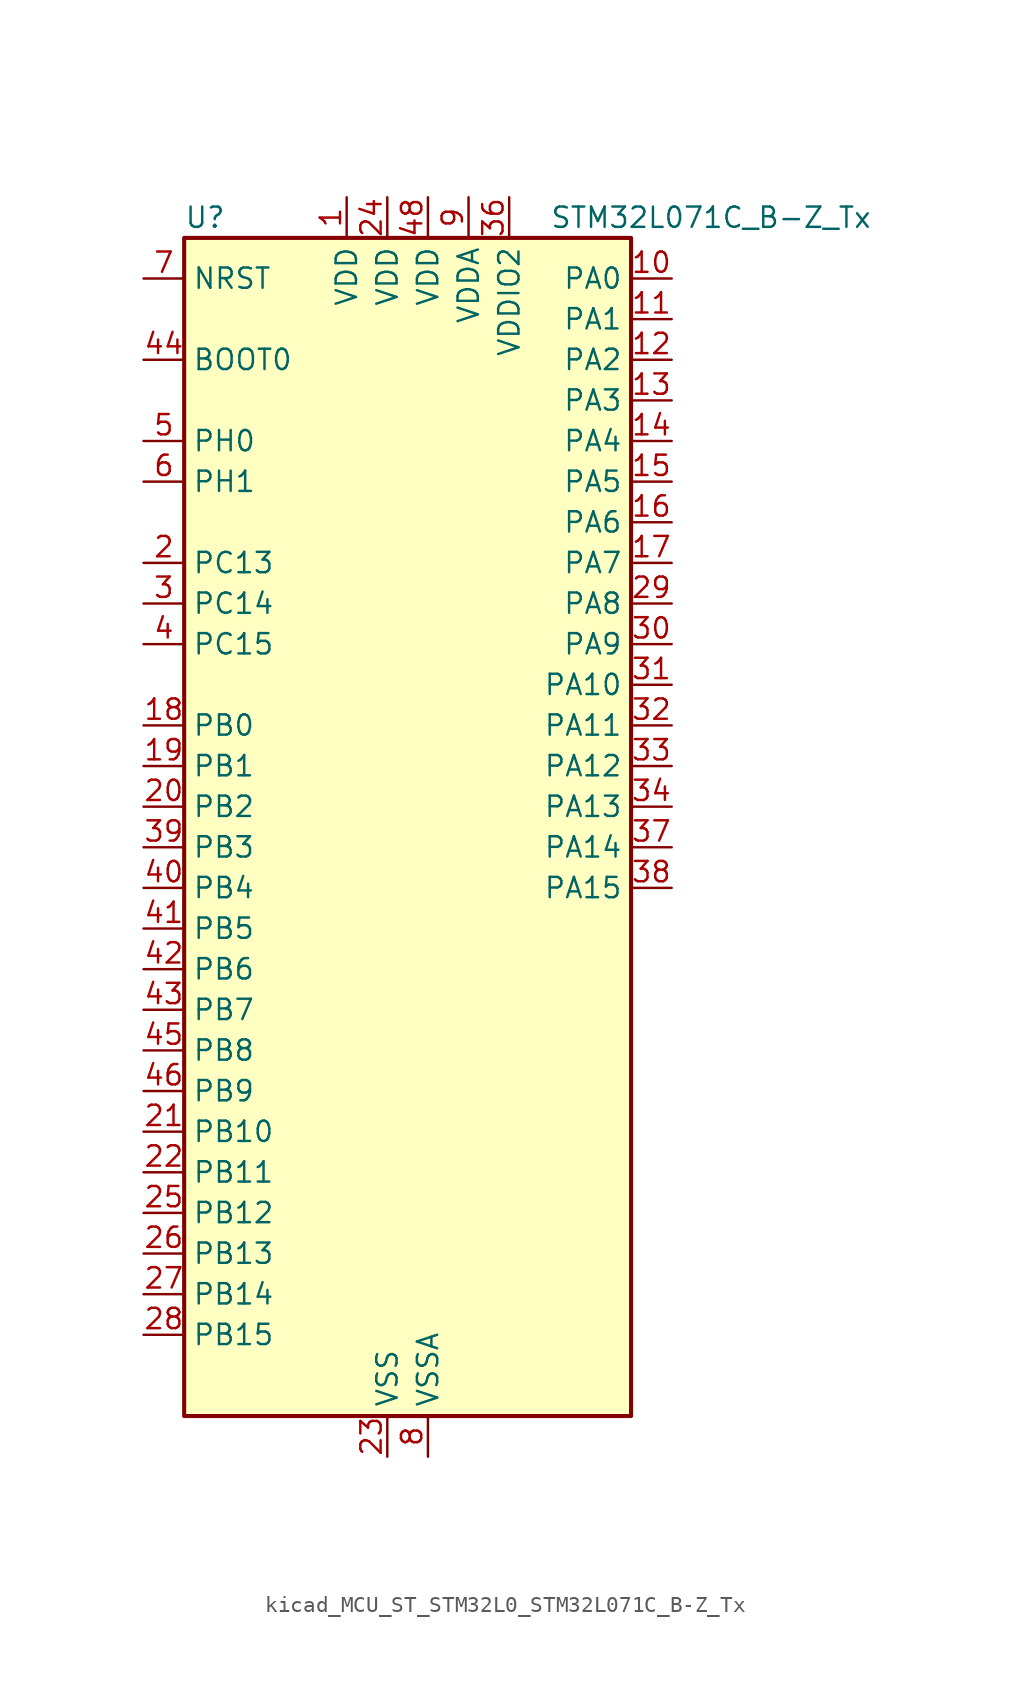
<source format=kicad_sym>
(kicad_symbol_lib
  (version 20220914)
  (generator kicad_symbol_editor)
  (symbol "kicad_MCU_ST_STM32L0_STM32L071C_B-Z_Tx"
    (property "Reference" "U"
      (at -12.7 39.37 0)
      (effects (font (size 1.27 1.27)) (justify left)))
    (property "Value" "STM32L071C_B-Z_Tx"
      (at 10.16 39.37 0)
      (effects (font (size 1.27 1.27)) (justify left)))
    (property "ki_locked" ""
      (at 0 0 0)
      (effects (font (size 1.27 1.27))))
    (symbol "kicad_MCU_ST_STM32L0_STM32L071C_B-Z_Tx_0_1"
      (rectangle (start -12.7 -35.56) (end 15.24 38.1) (stroke (width 0.254) (type default)) (fill (type background))))
    (symbol "kicad_MCU_ST_STM32L0_STM32L071C_B-Z_Tx_1_1"
      (pin power_in line (at -2.54 40.64 270) (length 2.54) (name "VDD" (effects (font (size 1.27 1.27)))) (number "1" (effects (font (size 1.27 1.27)))))
      (pin bidirectional line (at 17.78 35.56 180) (length 2.54) (name "PA0" (effects (font (size 1.27 1.27)))) (number "10" (effects (font (size 1.27 1.27)))) (alternate "ADC_IN0" bidirectional line) (alternate "COMP1_INM" bidirectional line) (alternate "COMP1_OUT" bidirectional line) (alternate "RTC_TAMP2" bidirectional line) (alternate "SYS_WKUP1" bidirectional line) (alternate "TIM2_CH1" bidirectional line) (alternate "TIM2_ETR" bidirectional line) (alternate "USART2_CTS" bidirectional line) (alternate "USART4_TX" bidirectional line))
      (pin bidirectional line (at 17.78 33.02 180) (length 2.54) (name "PA1" (effects (font (size 1.27 1.27)))) (number "11" (effects (font (size 1.27 1.27)))) (alternate "ADC_IN1" bidirectional line) (alternate "COMP1_INP" bidirectional line) (alternate "TIM21_ETR" bidirectional line) (alternate "TIM2_CH2" bidirectional line) (alternate "USART2_DE" bidirectional line) (alternate "USART2_RTS" bidirectional line) (alternate "USART4_RX" bidirectional line))
      (pin bidirectional line (at 17.78 30.48 180) (length 2.54) (name "PA2" (effects (font (size 1.27 1.27)))) (number "12" (effects (font (size 1.27 1.27)))) (alternate "ADC_IN2" bidirectional line) (alternate "COMP2_INM" bidirectional line) (alternate "COMP2_OUT" bidirectional line) (alternate "LPUART1_TX" bidirectional line) (alternate "TIM21_CH1" bidirectional line) (alternate "TIM2_CH3" bidirectional line) (alternate "USART2_TX" bidirectional line))
      (pin bidirectional line (at 17.78 27.94 180) (length 2.54) (name "PA3" (effects (font (size 1.27 1.27)))) (number "13" (effects (font (size 1.27 1.27)))) (alternate "ADC_IN3" bidirectional line) (alternate "COMP2_INP" bidirectional line) (alternate "LPUART1_RX" bidirectional line) (alternate "TIM21_CH2" bidirectional line) (alternate "TIM2_CH4" bidirectional line) (alternate "USART2_RX" bidirectional line))
      (pin bidirectional line (at 17.78 25.4 180) (length 2.54) (name "PA4" (effects (font (size 1.27 1.27)))) (number "14" (effects (font (size 1.27 1.27)))) (alternate "ADC_IN4" bidirectional line) (alternate "COMP1_INM" bidirectional line) (alternate "COMP2_INM" bidirectional line) (alternate "SPI1_NSS" bidirectional line) (alternate "TIM22_ETR" bidirectional line) (alternate "USART2_CK" bidirectional line))
      (pin bidirectional line (at 17.78 22.86 180) (length 2.54) (name "PA5" (effects (font (size 1.27 1.27)))) (number "15" (effects (font (size 1.27 1.27)))) (alternate "ADC_IN5" bidirectional line) (alternate "COMP1_INM" bidirectional line) (alternate "COMP2_INM" bidirectional line) (alternate "SPI1_SCK" bidirectional line) (alternate "TIM2_CH1" bidirectional line) (alternate "TIM2_ETR" bidirectional line))
      (pin bidirectional line (at 17.78 20.32 180) (length 2.54) (name "PA6" (effects (font (size 1.27 1.27)))) (number "16" (effects (font (size 1.27 1.27)))) (alternate "ADC_IN6" bidirectional line) (alternate "COMP1_OUT" bidirectional line) (alternate "LPUART1_CTS" bidirectional line) (alternate "SPI1_MISO" bidirectional line) (alternate "TIM22_CH1" bidirectional line) (alternate "TIM3_CH1" bidirectional line))
      (pin bidirectional line (at 17.78 17.78 180) (length 2.54) (name "PA7" (effects (font (size 1.27 1.27)))) (number "17" (effects (font (size 1.27 1.27)))) (alternate "ADC_IN7" bidirectional line) (alternate "COMP2_OUT" bidirectional line) (alternate "SPI1_MOSI" bidirectional line) (alternate "TIM22_CH2" bidirectional line) (alternate "TIM3_CH2" bidirectional line))
      (pin bidirectional line (at -15.24 7.62 0) (length 2.54) (name "PB0" (effects (font (size 1.27 1.27)))) (number "18" (effects (font (size 1.27 1.27)))) (alternate "ADC_IN8" bidirectional line) (alternate "SYS_VREF_OUT_PB0" bidirectional line) (alternate "TIM3_CH3" bidirectional line))
      (pin bidirectional line (at -15.24 5.08 0) (length 2.54) (name "PB1" (effects (font (size 1.27 1.27)))) (number "19" (effects (font (size 1.27 1.27)))) (alternate "ADC_IN9" bidirectional line) (alternate "LPUART1_DE" bidirectional line) (alternate "LPUART1_RTS" bidirectional line) (alternate "SYS_VREF_OUT_PB1" bidirectional line) (alternate "TIM3_CH4" bidirectional line))
      (pin bidirectional line (at -15.24 17.78 0) (length 2.54) (name "PC13" (effects (font (size 1.27 1.27)))) (number "2" (effects (font (size 1.27 1.27)))) (alternate "RTC_OUT_ALARM" bidirectional line) (alternate "RTC_OUT_CALIB" bidirectional line) (alternate "RTC_TAMP1" bidirectional line) (alternate "RTC_TS" bidirectional line) (alternate "SYS_WKUP2" bidirectional line))
      (pin bidirectional line (at -15.24 2.54 0) (length 2.54) (name "PB2" (effects (font (size 1.27 1.27)))) (number "20" (effects (font (size 1.27 1.27)))) (alternate "I2C3_SMBA" bidirectional line) (alternate "LPTIM1_OUT" bidirectional line))
      (pin bidirectional line (at -15.24 -17.78 0) (length 2.54) (name "PB10" (effects (font (size 1.27 1.27)))) (number "21" (effects (font (size 1.27 1.27)))) (alternate "I2C2_SCL" bidirectional line) (alternate "LPUART1_RX" bidirectional line) (alternate "LPUART1_TX" bidirectional line) (alternate "SPI2_SCK" bidirectional line) (alternate "TIM2_CH3" bidirectional line))
      (pin bidirectional line (at -15.24 -20.32 0) (length 2.54) (name "PB11" (effects (font (size 1.27 1.27)))) (number "22" (effects (font (size 1.27 1.27)))) (alternate "ADC_EXTI11" bidirectional line) (alternate "I2C2_SDA" bidirectional line) (alternate "LPUART1_RX" bidirectional line) (alternate "LPUART1_TX" bidirectional line) (alternate "TIM2_CH4" bidirectional line))
      (pin power_in line (at 0 -38.1 90) (length 2.54) (name "VSS" (effects (font (size 1.27 1.27)))) (number "23" (effects (font (size 1.27 1.27)))))
      (pin power_in line (at 0 40.64 270) (length 2.54) (name "VDD" (effects (font (size 1.27 1.27)))) (number "24" (effects (font (size 1.27 1.27)))))
      (pin bidirectional line (at -15.24 -22.86 0) (length 2.54) (name "PB12" (effects (font (size 1.27 1.27)))) (number "25" (effects (font (size 1.27 1.27)))) (alternate "I2S2_WS" bidirectional line) (alternate "LPUART1_DE" bidirectional line) (alternate "LPUART1_RTS" bidirectional line) (alternate "SPI2_NSS" bidirectional line))
      (pin bidirectional line (at -15.24 -25.4 0) (length 2.54) (name "PB13" (effects (font (size 1.27 1.27)))) (number "26" (effects (font (size 1.27 1.27)))) (alternate "I2C2_SCL" bidirectional line) (alternate "I2S2_CK" bidirectional line) (alternate "LPUART1_CTS" bidirectional line) (alternate "RCC_MCO" bidirectional line) (alternate "SPI2_SCK" bidirectional line) (alternate "TIM21_CH1" bidirectional line))
      (pin bidirectional line (at -15.24 -27.94 0) (length 2.54) (name "PB14" (effects (font (size 1.27 1.27)))) (number "27" (effects (font (size 1.27 1.27)))) (alternate "I2C2_SDA" bidirectional line) (alternate "I2S2_MCK" bidirectional line) (alternate "LPUART1_DE" bidirectional line) (alternate "LPUART1_RTS" bidirectional line) (alternate "RTC_OUT_ALARM" bidirectional line) (alternate "RTC_OUT_CALIB" bidirectional line) (alternate "SPI2_MISO" bidirectional line) (alternate "TIM21_CH2" bidirectional line))
      (pin bidirectional line (at -15.24 -30.48 0) (length 2.54) (name "PB15" (effects (font (size 1.27 1.27)))) (number "28" (effects (font (size 1.27 1.27)))) (alternate "I2S2_SD" bidirectional line) (alternate "RTC_REFIN" bidirectional line) (alternate "SPI2_MOSI" bidirectional line))
      (pin bidirectional line (at 17.78 15.24 180) (length 2.54) (name "PA8" (effects (font (size 1.27 1.27)))) (number "29" (effects (font (size 1.27 1.27)))) (alternate "I2C3_SCL" bidirectional line) (alternate "RCC_MCO" bidirectional line) (alternate "USART1_CK" bidirectional line))
      (pin bidirectional line (at -15.24 15.24 0) (length 2.54) (name "PC14" (effects (font (size 1.27 1.27)))) (number "3" (effects (font (size 1.27 1.27)))) (alternate "RCC_OSC32_IN" bidirectional line))
      (pin bidirectional line (at 17.78 12.7 180) (length 2.54) (name "PA9" (effects (font (size 1.27 1.27)))) (number "30" (effects (font (size 1.27 1.27)))) (alternate "I2C1_SCL" bidirectional line) (alternate "I2C3_SMBA" bidirectional line) (alternate "RCC_MCO" bidirectional line) (alternate "USART1_TX" bidirectional line))
      (pin bidirectional line (at 17.78 10.16 180) (length 2.54) (name "PA10" (effects (font (size 1.27 1.27)))) (number "31" (effects (font (size 1.27 1.27)))) (alternate "I2C1_SDA" bidirectional line) (alternate "USART1_RX" bidirectional line))
      (pin bidirectional line (at 17.78 7.62 180) (length 2.54) (name "PA11" (effects (font (size 1.27 1.27)))) (number "32" (effects (font (size 1.27 1.27)))) (alternate "ADC_EXTI11" bidirectional line) (alternate "COMP1_OUT" bidirectional line) (alternate "SPI1_MISO" bidirectional line) (alternate "USART1_CTS" bidirectional line))
      (pin bidirectional line (at 17.78 5.08 180) (length 2.54) (name "PA12" (effects (font (size 1.27 1.27)))) (number "33" (effects (font (size 1.27 1.27)))) (alternate "COMP2_OUT" bidirectional line) (alternate "SPI1_MOSI" bidirectional line) (alternate "USART1_DE" bidirectional line) (alternate "USART1_RTS" bidirectional line))
      (pin bidirectional line (at 17.78 2.54 180) (length 2.54) (name "PA13" (effects (font (size 1.27 1.27)))) (number "34" (effects (font (size 1.27 1.27)))) (alternate "LPUART1_RX" bidirectional line) (alternate "SYS_SWDIO" bidirectional line))
      (pin passive line (at 0 -38.1 90) (length 2.54) hide (name "VSS" (effects (font (size 1.27 1.27)))) (number "35" (effects (font (size 1.27 1.27)))))
      (pin power_in line (at 7.62 40.64 270) (length 2.54) (name "VDDIO2" (effects (font (size 1.27 1.27)))) (number "36" (effects (font (size 1.27 1.27)))))
      (pin bidirectional line (at 17.78 0 180) (length 2.54) (name "PA14" (effects (font (size 1.27 1.27)))) (number "37" (effects (font (size 1.27 1.27)))) (alternate "LPUART1_TX" bidirectional line) (alternate "SYS_SWCLK" bidirectional line) (alternate "USART2_TX" bidirectional line))
      (pin bidirectional line (at 17.78 -2.54 180) (length 2.54) (name "PA15" (effects (font (size 1.27 1.27)))) (number "38" (effects (font (size 1.27 1.27)))) (alternate "SPI1_NSS" bidirectional line) (alternate "TIM2_CH1" bidirectional line) (alternate "TIM2_ETR" bidirectional line) (alternate "USART2_RX" bidirectional line) (alternate "USART4_DE" bidirectional line) (alternate "USART4_RTS" bidirectional line))
      (pin bidirectional line (at -15.24 0 0) (length 2.54) (name "PB3" (effects (font (size 1.27 1.27)))) (number "39" (effects (font (size 1.27 1.27)))) (alternate "COMP2_INM" bidirectional line) (alternate "SPI1_SCK" bidirectional line) (alternate "TIM2_CH2" bidirectional line) (alternate "USART1_DE" bidirectional line) (alternate "USART1_RTS" bidirectional line) (alternate "USART5_TX" bidirectional line))
      (pin bidirectional line (at -15.24 12.7 0) (length 2.54) (name "PC15" (effects (font (size 1.27 1.27)))) (number "4" (effects (font (size 1.27 1.27)))) (alternate "RCC_OSC32_OUT" bidirectional line))
      (pin bidirectional line (at -15.24 -2.54 0) (length 2.54) (name "PB4" (effects (font (size 1.27 1.27)))) (number "40" (effects (font (size 1.27 1.27)))) (alternate "COMP2_INP" bidirectional line) (alternate "I2C3_SDA" bidirectional line) (alternate "SPI1_MISO" bidirectional line) (alternate "TIM22_CH1" bidirectional line) (alternate "TIM3_CH1" bidirectional line) (alternate "USART1_CTS" bidirectional line) (alternate "USART5_RX" bidirectional line))
      (pin bidirectional line (at -15.24 -5.08 0) (length 2.54) (name "PB5" (effects (font (size 1.27 1.27)))) (number "41" (effects (font (size 1.27 1.27)))) (alternate "COMP2_INP" bidirectional line) (alternate "I2C1_SMBA" bidirectional line) (alternate "LPTIM1_IN1" bidirectional line) (alternate "SPI1_MOSI" bidirectional line) (alternate "TIM22_CH2" bidirectional line) (alternate "TIM3_CH2" bidirectional line) (alternate "USART1_CK" bidirectional line) (alternate "USART5_CK" bidirectional line) (alternate "USART5_DE" bidirectional line) (alternate "USART5_RTS" bidirectional line))
      (pin bidirectional line (at -15.24 -7.62 0) (length 2.54) (name "PB6" (effects (font (size 1.27 1.27)))) (number "42" (effects (font (size 1.27 1.27)))) (alternate "COMP2_INP" bidirectional line) (alternate "I2C1_SCL" bidirectional line) (alternate "LPTIM1_ETR" bidirectional line) (alternate "USART1_TX" bidirectional line))
      (pin bidirectional line (at -15.24 -10.16 0) (length 2.54) (name "PB7" (effects (font (size 1.27 1.27)))) (number "43" (effects (font (size 1.27 1.27)))) (alternate "COMP2_INP" bidirectional line) (alternate "I2C1_SDA" bidirectional line) (alternate "LPTIM1_IN2" bidirectional line) (alternate "SYS_PVD_IN" bidirectional line) (alternate "USART1_RX" bidirectional line) (alternate "USART4_CTS" bidirectional line))
      (pin input line (at -15.24 30.48 0) (length 2.54) (name "BOOT0" (effects (font (size 1.27 1.27)))) (number "44" (effects (font (size 1.27 1.27)))))
      (pin bidirectional line (at -15.24 -12.7 0) (length 2.54) (name "PB8" (effects (font (size 1.27 1.27)))) (number "45" (effects (font (size 1.27 1.27)))) (alternate "I2C1_SCL" bidirectional line))
      (pin bidirectional line (at -15.24 -15.24 0) (length 2.54) (name "PB9" (effects (font (size 1.27 1.27)))) (number "46" (effects (font (size 1.27 1.27)))) (alternate "I2C1_SDA" bidirectional line) (alternate "I2S2_WS" bidirectional line) (alternate "SPI2_NSS" bidirectional line))
      (pin passive line (at 0 -38.1 90) (length 2.54) hide (name "VSS" (effects (font (size 1.27 1.27)))) (number "47" (effects (font (size 1.27 1.27)))))
      (pin power_in line (at 2.54 40.64 270) (length 2.54) (name "VDD" (effects (font (size 1.27 1.27)))) (number "48" (effects (font (size 1.27 1.27)))))
      (pin bidirectional line (at -15.24 25.4 0) (length 2.54) (name "PH0" (effects (font (size 1.27 1.27)))) (number "5" (effects (font (size 1.27 1.27)))) (alternate "RCC_OSC_IN" bidirectional line))
      (pin bidirectional line (at -15.24 22.86 0) (length 2.54) (name "PH1" (effects (font (size 1.27 1.27)))) (number "6" (effects (font (size 1.27 1.27)))) (alternate "RCC_OSC_OUT" bidirectional line))
      (pin input line (at -15.24 35.56 0) (length 2.54) (name "NRST" (effects (font (size 1.27 1.27)))) (number "7" (effects (font (size 1.27 1.27)))))
      (pin power_in line (at 2.54 -38.1 90) (length 2.54) (name "VSSA" (effects (font (size 1.27 1.27)))) (number "8" (effects (font (size 1.27 1.27)))))
      (pin power_in line (at 5.08 40.64 270) (length 2.54) (name "VDDA" (effects (font (size 1.27 1.27)))) (number "9" (effects (font (size 1.27 1.27))))))))
</source>
